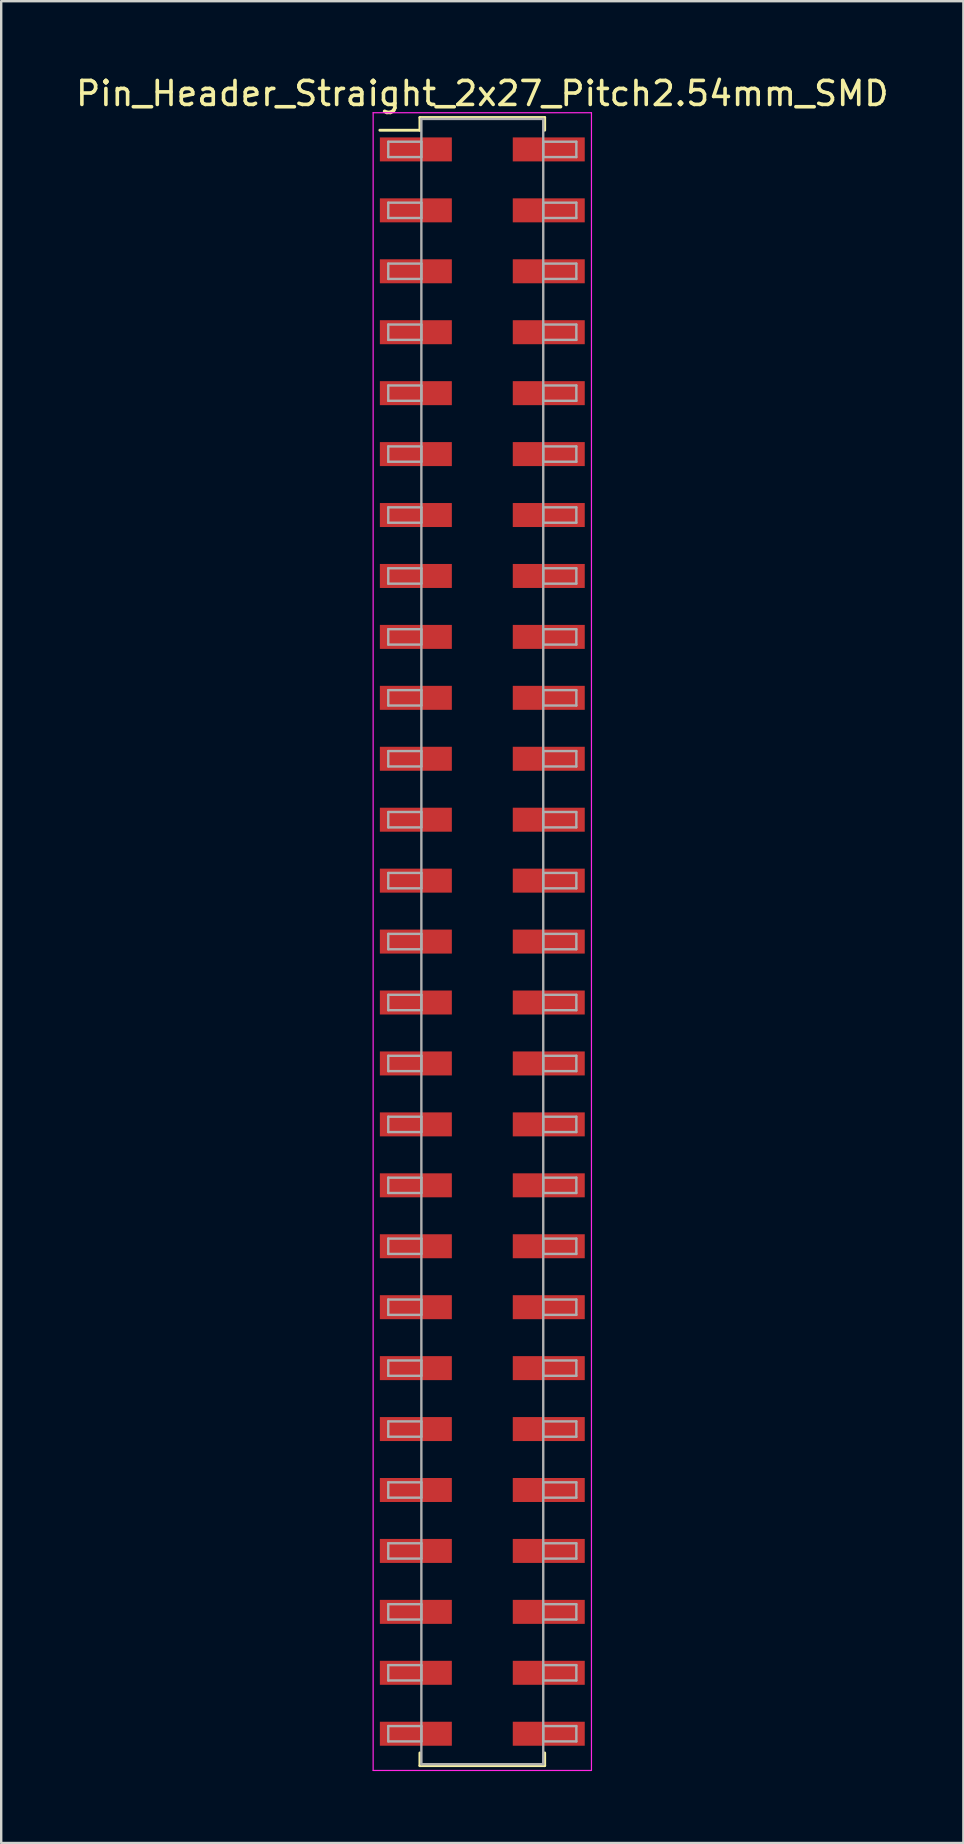
<source format=kicad_pcb>
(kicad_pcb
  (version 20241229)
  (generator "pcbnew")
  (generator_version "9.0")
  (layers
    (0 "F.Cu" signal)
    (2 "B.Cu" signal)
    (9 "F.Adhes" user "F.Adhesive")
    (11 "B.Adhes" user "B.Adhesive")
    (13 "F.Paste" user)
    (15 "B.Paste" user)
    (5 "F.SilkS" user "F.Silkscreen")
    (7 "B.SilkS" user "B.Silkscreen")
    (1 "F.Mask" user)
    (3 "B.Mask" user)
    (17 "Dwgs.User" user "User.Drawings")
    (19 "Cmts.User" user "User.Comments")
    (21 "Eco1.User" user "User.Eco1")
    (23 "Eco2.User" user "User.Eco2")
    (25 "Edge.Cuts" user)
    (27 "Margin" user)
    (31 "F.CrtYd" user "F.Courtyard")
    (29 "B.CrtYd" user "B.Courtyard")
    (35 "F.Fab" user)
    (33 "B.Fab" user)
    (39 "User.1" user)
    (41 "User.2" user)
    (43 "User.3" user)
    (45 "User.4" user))
  (footprint "Pin_Header_Straight_2x27_Pitch2.54mm_SMD"
    (layer "F.Cu")
    (at 17.054 36.198)
    (property "Reference" "Pin_Header_Straight_2x27_Pitch2.54mm_SMD" (at 0 -35.35 0) (layer "F.SilkS") (effects (font (size 1 1) (thickness 0.15))))
    (attr smd)
    (fp_line (start -4.27 -33.82) (end -2.6 -33.82) (stroke (width 0.12) (type solid)) (layer "F.SilkS"))
    (fp_line (start -2.6 -34.35) (end 2.6 -34.35) (stroke (width 0.12) (type solid)) (layer "F.SilkS"))
    (fp_line (start -2.6 -33.82) (end -2.6 -34.35) (stroke (width 0.12) (type solid)) (layer "F.SilkS"))
    (fp_line (start -2.6 33.82) (end -2.6 34.35) (stroke (width 0.12) (type solid)) (layer "F.SilkS"))
    (fp_line (start -2.6 34.35) (end 2.6 34.35) (stroke (width 0.12) (type solid)) (layer "F.SilkS"))
    (fp_line (start 2.6 -34.35) (end 2.6 -33.82) (stroke (width 0.12) (type solid)) (layer "F.SilkS"))
    (fp_line (start 2.6 34.35) (end 2.6 33.82) (stroke (width 0.12) (type solid)) (layer "F.SilkS"))
    (fp_line (start -4.55 -34.55) (end -4.55 34.55) (stroke (width 0.05) (type solid)) (layer "F.CrtYd"))
    (fp_line (start -4.55 34.55) (end 4.55 34.55) (stroke (width 0.05) (type solid)) (layer "F.CrtYd"))
    (fp_line (start 4.55 -34.55) (end -4.55 -34.55) (stroke (width 0.05) (type solid)) (layer "F.CrtYd"))
    (fp_line (start 4.55 34.55) (end 4.55 -34.55) (stroke (width 0.05) (type solid)) (layer "F.CrtYd"))
    (fp_line (start -3.92 -33.34) (end -2.54 -33.34) (stroke (width 0.1) (type solid)) (layer "F.Fab"))
    (fp_line (start -3.92 -32.7) (end -3.92 -33.34) (stroke (width 0.1) (type solid)) (layer "F.Fab"))
    (fp_line (start -3.92 -30.8) (end -2.54 -30.8) (stroke (width 0.1) (type solid)) (layer "F.Fab"))
    (fp_line (start -3.92 -30.16) (end -3.92 -30.8) (stroke (width 0.1) (type solid)) (layer "F.Fab"))
    (fp_line (start -3.92 -28.26) (end -2.54 -28.26) (stroke (width 0.1) (type solid)) (layer "F.Fab"))
    (fp_line (start -3.92 -27.62) (end -3.92 -28.26) (stroke (width 0.1) (type solid)) (layer "F.Fab"))
    (fp_line (start -3.92 -25.72) (end -2.54 -25.72) (stroke (width 0.1) (type solid)) (layer "F.Fab"))
    (fp_line (start -3.92 -25.08) (end -3.92 -25.72) (stroke (width 0.1) (type solid)) (layer "F.Fab"))
    (fp_line (start -3.92 -23.18) (end -2.54 -23.18) (stroke (width 0.1) (type solid)) (layer "F.Fab"))
    (fp_line (start -3.92 -22.54) (end -3.92 -23.18) (stroke (width 0.1) (type solid)) (layer "F.Fab"))
    (fp_line (start -3.92 -20.64) (end -2.54 -20.64) (stroke (width 0.1) (type solid)) (layer "F.Fab"))
    (fp_line (start -3.92 -20) (end -3.92 -20.64) (stroke (width 0.1) (type solid)) (layer "F.Fab"))
    (fp_line (start -3.92 -18.1) (end -2.54 -18.1) (stroke (width 0.1) (type solid)) (layer "F.Fab"))
    (fp_line (start -3.92 -17.46) (end -3.92 -18.1) (stroke (width 0.1) (type solid)) (layer "F.Fab"))
    (fp_line (start -3.92 -15.56) (end -2.54 -15.56) (stroke (width 0.1) (type solid)) (layer "F.Fab"))
    (fp_line (start -3.92 -14.92) (end -3.92 -15.56) (stroke (width 0.1) (type solid)) (layer "F.Fab"))
    (fp_line (start -3.92 -13.02) (end -2.54 -13.02) (stroke (width 0.1) (type solid)) (layer "F.Fab"))
    (fp_line (start -3.92 -12.38) (end -3.92 -13.02) (stroke (width 0.1) (type solid)) (layer "F.Fab"))
    (fp_line (start -3.92 -10.48) (end -2.54 -10.48) (stroke (width 0.1) (type solid)) (layer "F.Fab"))
    (fp_line (start -3.92 -9.84) (end -3.92 -10.48) (stroke (width 0.1) (type solid)) (layer "F.Fab"))
    (fp_line (start -3.92 -7.94) (end -2.54 -7.94) (stroke (width 0.1) (type solid)) (layer "F.Fab"))
    (fp_line (start -3.92 -7.3) (end -3.92 -7.94) (stroke (width 0.1) (type solid)) (layer "F.Fab"))
    (fp_line (start -3.92 -5.4) (end -2.54 -5.4) (stroke (width 0.1) (type solid)) (layer "F.Fab"))
    (fp_line (start -3.92 -4.76) (end -3.92 -5.4) (stroke (width 0.1) (type solid)) (layer "F.Fab"))
    (fp_line (start -3.92 -2.86) (end -2.54 -2.86) (stroke (width 0.1) (type solid)) (layer "F.Fab"))
    (fp_line (start -3.92 -2.22) (end -3.92 -2.86) (stroke (width 0.1) (type solid)) (layer "F.Fab"))
    (fp_line (start -3.92 -0.32) (end -2.54 -0.32) (stroke (width 0.1) (type solid)) (layer "F.Fab"))
    (fp_line (start -3.92 0.32) (end -3.92 -0.32) (stroke (width 0.1) (type solid)) (layer "F.Fab"))
    (fp_line (start -3.92 2.22) (end -2.54 2.22) (stroke (width 0.1) (type solid)) (layer "F.Fab"))
    (fp_line (start -3.92 2.86) (end -3.92 2.22) (stroke (width 0.1) (type solid)) (layer "F.Fab"))
    (fp_line (start -3.92 4.76) (end -2.54 4.76) (stroke (width 0.1) (type solid)) (layer "F.Fab"))
    (fp_line (start -3.92 5.4) (end -3.92 4.76) (stroke (width 0.1) (type solid)) (layer "F.Fab"))
    (fp_line (start -3.92 7.3) (end -2.54 7.3) (stroke (width 0.1) (type solid)) (layer "F.Fab"))
    (fp_line (start -3.92 7.94) (end -3.92 7.3) (stroke (width 0.1) (type solid)) (layer "F.Fab"))
    (fp_line (start -3.92 9.84) (end -2.54 9.84) (stroke (width 0.1) (type solid)) (layer "F.Fab"))
    (fp_line (start -3.92 10.48) (end -3.92 9.84) (stroke (width 0.1) (type solid)) (layer "F.Fab"))
    (fp_line (start -3.92 12.38) (end -2.54 12.38) (stroke (width 0.1) (type solid)) (layer "F.Fab"))
    (fp_line (start -3.92 13.02) (end -3.92 12.38) (stroke (width 0.1) (type solid)) (layer "F.Fab"))
    (fp_line (start -3.92 14.92) (end -2.54 14.92) (stroke (width 0.1) (type solid)) (layer "F.Fab"))
    (fp_line (start -3.92 15.56) (end -3.92 14.92) (stroke (width 0.1) (type solid)) (layer "F.Fab"))
    (fp_line (start -3.92 17.46) (end -2.54 17.46) (stroke (width 0.1) (type solid)) (layer "F.Fab"))
    (fp_line (start -3.92 18.1) (end -3.92 17.46) (stroke (width 0.1) (type solid)) (layer "F.Fab"))
    (fp_line (start -3.92 20) (end -2.54 20) (stroke (width 0.1) (type solid)) (layer "F.Fab"))
    (fp_line (start -3.92 20.64) (end -3.92 20) (stroke (width 0.1) (type solid)) (layer "F.Fab"))
    (fp_line (start -3.92 22.54) (end -2.54 22.54) (stroke (width 0.1) (type solid)) (layer "F.Fab"))
    (fp_line (start -3.92 23.18) (end -3.92 22.54) (stroke (width 0.1) (type solid)) (layer "F.Fab"))
    (fp_line (start -3.92 25.08) (end -2.54 25.08) (stroke (width 0.1) (type solid)) (layer "F.Fab"))
    (fp_line (start -3.92 25.72) (end -3.92 25.08) (stroke (width 0.1) (type solid)) (layer "F.Fab"))
    (fp_line (start -3.92 27.62) (end -2.54 27.62) (stroke (width 0.1) (type solid)) (layer "F.Fab"))
    (fp_line (start -3.92 28.26) (end -3.92 27.62) (stroke (width 0.1) (type solid)) (layer "F.Fab"))
    (fp_line (start -3.92 30.16) (end -2.54 30.16) (stroke (width 0.1) (type solid)) (layer "F.Fab"))
    (fp_line (start -3.92 30.8) (end -3.92 30.16) (stroke (width 0.1) (type solid)) (layer "F.Fab"))
    (fp_line (start -3.92 32.7) (end -2.54 32.7) (stroke (width 0.1) (type solid)) (layer "F.Fab"))
    (fp_line (start -3.92 33.34) (end -3.92 32.7) (stroke (width 0.1) (type solid)) (layer "F.Fab"))
    (fp_line (start -2.54 -34.29) (end -2.54 34.29) (stroke (width 0.1) (type solid)) (layer "F.Fab"))
    (fp_line (start -2.54 -33.34) (end -2.54 -32.7) (stroke (width 0.1) (type solid)) (layer "F.Fab"))
    (fp_line (start -2.54 -32.7) (end -3.92 -32.7) (stroke (width 0.1) (type solid)) (layer "F.Fab"))
    (fp_line (start -2.54 -30.8) (end -2.54 -30.16) (stroke (width 0.1) (type solid)) (layer "F.Fab"))
    (fp_line (start -2.54 -30.16) (end -3.92 -30.16) (stroke (width 0.1) (type solid)) (layer "F.Fab"))
    (fp_line (start -2.54 -28.26) (end -2.54 -27.62) (stroke (width 0.1) (type solid)) (layer "F.Fab"))
    (fp_line (start -2.54 -27.62) (end -3.92 -27.62) (stroke (width 0.1) (type solid)) (layer "F.Fab"))
    (fp_line (start -2.54 -25.72) (end -2.54 -25.08) (stroke (width 0.1) (type solid)) (layer "F.Fab"))
    (fp_line (start -2.54 -25.08) (end -3.92 -25.08) (stroke (width 0.1) (type solid)) (layer "F.Fab"))
    (fp_line (start -2.54 -23.18) (end -2.54 -22.54) (stroke (width 0.1) (type solid)) (layer "F.Fab"))
    (fp_line (start -2.54 -22.54) (end -3.92 -22.54) (stroke (width 0.1) (type solid)) (layer "F.Fab"))
    (fp_line (start -2.54 -20.64) (end -2.54 -20) (stroke (width 0.1) (type solid)) (layer "F.Fab"))
    (fp_line (start -2.54 -20) (end -3.92 -20) (stroke (width 0.1) (type solid)) (layer "F.Fab"))
    (fp_line (start -2.54 -18.1) (end -2.54 -17.46) (stroke (width 0.1) (type solid)) (layer "F.Fab"))
    (fp_line (start -2.54 -17.46) (end -3.92 -17.46) (stroke (width 0.1) (type solid)) (layer "F.Fab"))
    (fp_line (start -2.54 -15.56) (end -2.54 -14.92) (stroke (width 0.1) (type solid)) (layer "F.Fab"))
    (fp_line (start -2.54 -14.92) (end -3.92 -14.92) (stroke (width 0.1) (type solid)) (layer "F.Fab"))
    (fp_line (start -2.54 -13.02) (end -2.54 -12.38) (stroke (width 0.1) (type solid)) (layer "F.Fab"))
    (fp_line (start -2.54 -12.38) (end -3.92 -12.38) (stroke (width 0.1) (type solid)) (layer "F.Fab"))
    (fp_line (start -2.54 -10.48) (end -2.54 -9.84) (stroke (width 0.1) (type solid)) (layer "F.Fab"))
    (fp_line (start -2.54 -9.84) (end -3.92 -9.84) (stroke (width 0.1) (type solid)) (layer "F.Fab"))
    (fp_line (start -2.54 -7.94) (end -2.54 -7.3) (stroke (width 0.1) (type solid)) (layer "F.Fab"))
    (fp_line (start -2.54 -7.3) (end -3.92 -7.3) (stroke (width 0.1) (type solid)) (layer "F.Fab"))
    (fp_line (start -2.54 -5.4) (end -2.54 -4.76) (stroke (width 0.1) (type solid)) (layer "F.Fab"))
    (fp_line (start -2.54 -4.76) (end -3.92 -4.76) (stroke (width 0.1) (type solid)) (layer "F.Fab"))
    (fp_line (start -2.54 -2.86) (end -2.54 -2.22) (stroke (width 0.1) (type solid)) (layer "F.Fab"))
    (fp_line (start -2.54 -2.22) (end -3.92 -2.22) (stroke (width 0.1) (type solid)) (layer "F.Fab"))
    (fp_line (start -2.54 -0.32) (end -2.54 0.32) (stroke (width 0.1) (type solid)) (layer "F.Fab"))
    (fp_line (start -2.54 0.32) (end -3.92 0.32) (stroke (width 0.1) (type solid)) (layer "F.Fab"))
    (fp_line (start -2.54 2.22) (end -2.54 2.86) (stroke (width 0.1) (type solid)) (layer "F.Fab"))
    (fp_line (start -2.54 2.86) (end -3.92 2.86) (stroke (width 0.1) (type solid)) (layer "F.Fab"))
    (fp_line (start -2.54 4.76) (end -2.54 5.4) (stroke (width 0.1) (type solid)) (layer "F.Fab"))
    (fp_line (start -2.54 5.4) (end -3.92 5.4) (stroke (width 0.1) (type solid)) (layer "F.Fab"))
    (fp_line (start -2.54 7.3) (end -2.54 7.94) (stroke (width 0.1) (type solid)) (layer "F.Fab"))
    (fp_line (start -2.54 7.94) (end -3.92 7.94) (stroke (width 0.1) (type solid)) (layer "F.Fab"))
    (fp_line (start -2.54 9.84) (end -2.54 10.48) (stroke (width 0.1) (type solid)) (layer "F.Fab"))
    (fp_line (start -2.54 10.48) (end -3.92 10.48) (stroke (width 0.1) (type solid)) (layer "F.Fab"))
    (fp_line (start -2.54 12.38) (end -2.54 13.02) (stroke (width 0.1) (type solid)) (layer "F.Fab"))
    (fp_line (start -2.54 13.02) (end -3.92 13.02) (stroke (width 0.1) (type solid)) (layer "F.Fab"))
    (fp_line (start -2.54 14.92) (end -2.54 15.56) (stroke (width 0.1) (type solid)) (layer "F.Fab"))
    (fp_line (start -2.54 15.56) (end -3.92 15.56) (stroke (width 0.1) (type solid)) (layer "F.Fab"))
    (fp_line (start -2.54 17.46) (end -2.54 18.1) (stroke (width 0.1) (type solid)) (layer "F.Fab"))
    (fp_line (start -2.54 18.1) (end -3.92 18.1) (stroke (width 0.1) (type solid)) (layer "F.Fab"))
    (fp_line (start -2.54 20) (end -2.54 20.64) (stroke (width 0.1) (type solid)) (layer "F.Fab"))
    (fp_line (start -2.54 20.64) (end -3.92 20.64) (stroke (width 0.1) (type solid)) (layer "F.Fab"))
    (fp_line (start -2.54 22.54) (end -2.54 23.18) (stroke (width 0.1) (type solid)) (layer "F.Fab"))
    (fp_line (start -2.54 23.18) (end -3.92 23.18) (stroke (width 0.1) (type solid)) (layer "F.Fab"))
    (fp_line (start -2.54 25.08) (end -2.54 25.72) (stroke (width 0.1) (type solid)) (layer "F.Fab"))
    (fp_line (start -2.54 25.72) (end -3.92 25.72) (stroke (width 0.1) (type solid)) (layer "F.Fab"))
    (fp_line (start -2.54 27.62) (end -2.54 28.26) (stroke (width 0.1) (type solid)) (layer "F.Fab"))
    (fp_line (start -2.54 28.26) (end -3.92 28.26) (stroke (width 0.1) (type solid)) (layer "F.Fab"))
    (fp_line (start -2.54 30.16) (end -2.54 30.8) (stroke (width 0.1) (type solid)) (layer "F.Fab"))
    (fp_line (start -2.54 30.8) (end -3.92 30.8) (stroke (width 0.1) (type solid)) (layer "F.Fab"))
    (fp_line (start -2.54 32.7) (end -2.54 33.34) (stroke (width 0.1) (type solid)) (layer "F.Fab"))
    (fp_line (start -2.54 33.34) (end -3.92 33.34) (stroke (width 0.1) (type solid)) (layer "F.Fab"))
    (fp_line (start -2.54 34.29) (end 2.54 34.29) (stroke (width 0.1) (type solid)) (layer "F.Fab"))
    (fp_line (start 2.54 -34.29) (end -2.54 -34.29) (stroke (width 0.1) (type solid)) (layer "F.Fab"))
    (fp_line (start 2.54 -33.34) (end 2.54 -32.7) (stroke (width 0.1) (type solid)) (layer "F.Fab"))
    (fp_line (start 2.54 -32.7) (end 3.92 -32.7) (stroke (width 0.1) (type solid)) (layer "F.Fab"))
    (fp_line (start 2.54 -30.8) (end 2.54 -30.16) (stroke (width 0.1) (type solid)) (layer "F.Fab"))
    (fp_line (start 2.54 -30.16) (end 3.92 -30.16) (stroke (width 0.1) (type solid)) (layer "F.Fab"))
    (fp_line (start 2.54 -28.26) (end 2.54 -27.62) (stroke (width 0.1) (type solid)) (layer "F.Fab"))
    (fp_line (start 2.54 -27.62) (end 3.92 -27.62) (stroke (width 0.1) (type solid)) (layer "F.Fab"))
    (fp_line (start 2.54 -25.72) (end 2.54 -25.08) (stroke (width 0.1) (type solid)) (layer "F.Fab"))
    (fp_line (start 2.54 -25.08) (end 3.92 -25.08) (stroke (width 0.1) (type solid)) (layer "F.Fab"))
    (fp_line (start 2.54 -23.18) (end 2.54 -22.54) (stroke (width 0.1) (type solid)) (layer "F.Fab"))
    (fp_line (start 2.54 -22.54) (end 3.92 -22.54) (stroke (width 0.1) (type solid)) (layer "F.Fab"))
    (fp_line (start 2.54 -20.64) (end 2.54 -20) (stroke (width 0.1) (type solid)) (layer "F.Fab"))
    (fp_line (start 2.54 -20) (end 3.92 -20) (stroke (width 0.1) (type solid)) (layer "F.Fab"))
    (fp_line (start 2.54 -18.1) (end 2.54 -17.46) (stroke (width 0.1) (type solid)) (layer "F.Fab"))
    (fp_line (start 2.54 -17.46) (end 3.92 -17.46) (stroke (width 0.1) (type solid)) (layer "F.Fab"))
    (fp_line (start 2.54 -15.56) (end 2.54 -14.92) (stroke (width 0.1) (type solid)) (layer "F.Fab"))
    (fp_line (start 2.54 -14.92) (end 3.92 -14.92) (stroke (width 0.1) (type solid)) (layer "F.Fab"))
    (fp_line (start 2.54 -13.02) (end 2.54 -12.38) (stroke (width 0.1) (type solid)) (layer "F.Fab"))
    (fp_line (start 2.54 -12.38) (end 3.92 -12.38) (stroke (width 0.1) (type solid)) (layer "F.Fab"))
    (fp_line (start 2.54 -10.48) (end 2.54 -9.84) (stroke (width 0.1) (type solid)) (layer "F.Fab"))
    (fp_line (start 2.54 -9.84) (end 3.92 -9.84) (stroke (width 0.1) (type solid)) (layer "F.Fab"))
    (fp_line (start 2.54 -7.94) (end 2.54 -7.3) (stroke (width 0.1) (type solid)) (layer "F.Fab"))
    (fp_line (start 2.54 -7.3) (end 3.92 -7.3) (stroke (width 0.1) (type solid)) (layer "F.Fab"))
    (fp_line (start 2.54 -5.4) (end 2.54 -4.76) (stroke (width 0.1) (type solid)) (layer "F.Fab"))
    (fp_line (start 2.54 -4.76) (end 3.92 -4.76) (stroke (width 0.1) (type solid)) (layer "F.Fab"))
    (fp_line (start 2.54 -2.86) (end 2.54 -2.22) (stroke (width 0.1) (type solid)) (layer "F.Fab"))
    (fp_line (start 2.54 -2.22) (end 3.92 -2.22) (stroke (width 0.1) (type solid)) (layer "F.Fab"))
    (fp_line (start 2.54 -0.32) (end 2.54 0.32) (stroke (width 0.1) (type solid)) (layer "F.Fab"))
    (fp_line (start 2.54 0.32) (end 3.92 0.32) (stroke (width 0.1) (type solid)) (layer "F.Fab"))
    (fp_line (start 2.54 2.22) (end 2.54 2.86) (stroke (width 0.1) (type solid)) (layer "F.Fab"))
    (fp_line (start 2.54 2.86) (end 3.92 2.86) (stroke (width 0.1) (type solid)) (layer "F.Fab"))
    (fp_line (start 2.54 4.76) (end 2.54 5.4) (stroke (width 0.1) (type solid)) (layer "F.Fab"))
    (fp_line (start 2.54 5.4) (end 3.92 5.4) (stroke (width 0.1) (type solid)) (layer "F.Fab"))
    (fp_line (start 2.54 7.3) (end 2.54 7.94) (stroke (width 0.1) (type solid)) (layer "F.Fab"))
    (fp_line (start 2.54 7.94) (end 3.92 7.94) (stroke (width 0.1) (type solid)) (layer "F.Fab"))
    (fp_line (start 2.54 9.84) (end 2.54 10.48) (stroke (width 0.1) (type solid)) (layer "F.Fab"))
    (fp_line (start 2.54 10.48) (end 3.92 10.48) (stroke (width 0.1) (type solid)) (layer "F.Fab"))
    (fp_line (start 2.54 12.38) (end 2.54 13.02) (stroke (width 0.1) (type solid)) (layer "F.Fab"))
    (fp_line (start 2.54 13.02) (end 3.92 13.02) (stroke (width 0.1) (type solid)) (layer "F.Fab"))
    (fp_line (start 2.54 14.92) (end 2.54 15.56) (stroke (width 0.1) (type solid)) (layer "F.Fab"))
    (fp_line (start 2.54 15.56) (end 3.92 15.56) (stroke (width 0.1) (type solid)) (layer "F.Fab"))
    (fp_line (start 2.54 17.46) (end 2.54 18.1) (stroke (width 0.1) (type solid)) (layer "F.Fab"))
    (fp_line (start 2.54 18.1) (end 3.92 18.1) (stroke (width 0.1) (type solid)) (layer "F.Fab"))
    (fp_line (start 2.54 20) (end 2.54 20.64) (stroke (width 0.1) (type solid)) (layer "F.Fab"))
    (fp_line (start 2.54 20.64) (end 3.92 20.64) (stroke (width 0.1) (type solid)) (layer "F.Fab"))
    (fp_line (start 2.54 22.54) (end 2.54 23.18) (stroke (width 0.1) (type solid)) (layer "F.Fab"))
    (fp_line (start 2.54 23.18) (end 3.92 23.18) (stroke (width 0.1) (type solid)) (layer "F.Fab"))
    (fp_line (start 2.54 25.08) (end 2.54 25.72) (stroke (width 0.1) (type solid)) (layer "F.Fab"))
    (fp_line (start 2.54 25.72) (end 3.92 25.72) (stroke (width 0.1) (type solid)) (layer "F.Fab"))
    (fp_line (start 2.54 27.62) (end 2.54 28.26) (stroke (width 0.1) (type solid)) (layer "F.Fab"))
    (fp_line (start 2.54 28.26) (end 3.92 28.26) (stroke (width 0.1) (type solid)) (layer "F.Fab"))
    (fp_line (start 2.54 30.16) (end 2.54 30.8) (stroke (width 0.1) (type solid)) (layer "F.Fab"))
    (fp_line (start 2.54 30.8) (end 3.92 30.8) (stroke (width 0.1) (type solid)) (layer "F.Fab"))
    (fp_line (start 2.54 32.7) (end 2.54 33.34) (stroke (width 0.1) (type solid)) (layer "F.Fab"))
    (fp_line (start 2.54 33.34) (end 3.92 33.34) (stroke (width 0.1) (type solid)) (layer "F.Fab"))
    (fp_line (start 2.54 34.29) (end 2.54 -34.29) (stroke (width 0.1) (type solid)) (layer "F.Fab"))
    (fp_line (start 3.92 -33.34) (end 2.54 -33.34) (stroke (width 0.1) (type solid)) (layer "F.Fab"))
    (fp_line (start 3.92 -32.7) (end 3.92 -33.34) (stroke (width 0.1) (type solid)) (layer "F.Fab"))
    (fp_line (start 3.92 -30.8) (end 2.54 -30.8) (stroke (width 0.1) (type solid)) (layer "F.Fab"))
    (fp_line (start 3.92 -30.16) (end 3.92 -30.8) (stroke (width 0.1) (type solid)) (layer "F.Fab"))
    (fp_line (start 3.92 -28.26) (end 2.54 -28.26) (stroke (width 0.1) (type solid)) (layer "F.Fab"))
    (fp_line (start 3.92 -27.62) (end 3.92 -28.26) (stroke (width 0.1) (type solid)) (layer "F.Fab"))
    (fp_line (start 3.92 -25.72) (end 2.54 -25.72) (stroke (width 0.1) (type solid)) (layer "F.Fab"))
    (fp_line (start 3.92 -25.08) (end 3.92 -25.72) (stroke (width 0.1) (type solid)) (layer "F.Fab"))
    (fp_line (start 3.92 -23.18) (end 2.54 -23.18) (stroke (width 0.1) (type solid)) (layer "F.Fab"))
    (fp_line (start 3.92 -22.54) (end 3.92 -23.18) (stroke (width 0.1) (type solid)) (layer "F.Fab"))
    (fp_line (start 3.92 -20.64) (end 2.54 -20.64) (stroke (width 0.1) (type solid)) (layer "F.Fab"))
    (fp_line (start 3.92 -20) (end 3.92 -20.64) (stroke (width 0.1) (type solid)) (layer "F.Fab"))
    (fp_line (start 3.92 -18.1) (end 2.54 -18.1) (stroke (width 0.1) (type solid)) (layer "F.Fab"))
    (fp_line (start 3.92 -17.46) (end 3.92 -18.1) (stroke (width 0.1) (type solid)) (layer "F.Fab"))
    (fp_line (start 3.92 -15.56) (end 2.54 -15.56) (stroke (width 0.1) (type solid)) (layer "F.Fab"))
    (fp_line (start 3.92 -14.92) (end 3.92 -15.56) (stroke (width 0.1) (type solid)) (layer "F.Fab"))
    (fp_line (start 3.92 -13.02) (end 2.54 -13.02) (stroke (width 0.1) (type solid)) (layer "F.Fab"))
    (fp_line (start 3.92 -12.38) (end 3.92 -13.02) (stroke (width 0.1) (type solid)) (layer "F.Fab"))
    (fp_line (start 3.92 -10.48) (end 2.54 -10.48) (stroke (width 0.1) (type solid)) (layer "F.Fab"))
    (fp_line (start 3.92 -9.84) (end 3.92 -10.48) (stroke (width 0.1) (type solid)) (layer "F.Fab"))
    (fp_line (start 3.92 -7.94) (end 2.54 -7.94) (stroke (width 0.1) (type solid)) (layer "F.Fab"))
    (fp_line (start 3.92 -7.3) (end 3.92 -7.94) (stroke (width 0.1) (type solid)) (layer "F.Fab"))
    (fp_line (start 3.92 -5.4) (end 2.54 -5.4) (stroke (width 0.1) (type solid)) (layer "F.Fab"))
    (fp_line (start 3.92 -4.76) (end 3.92 -5.4) (stroke (width 0.1) (type solid)) (layer "F.Fab"))
    (fp_line (start 3.92 -2.86) (end 2.54 -2.86) (stroke (width 0.1) (type solid)) (layer "F.Fab"))
    (fp_line (start 3.92 -2.22) (end 3.92 -2.86) (stroke (width 0.1) (type solid)) (layer "F.Fab"))
    (fp_line (start 3.92 -0.32) (end 2.54 -0.32) (stroke (width 0.1) (type solid)) (layer "F.Fab"))
    (fp_line (start 3.92 0.32) (end 3.92 -0.32) (stroke (width 0.1) (type solid)) (layer "F.Fab"))
    (fp_line (start 3.92 2.22) (end 2.54 2.22) (stroke (width 0.1) (type solid)) (layer "F.Fab"))
    (fp_line (start 3.92 2.86) (end 3.92 2.22) (stroke (width 0.1) (type solid)) (layer "F.Fab"))
    (fp_line (start 3.92 4.76) (end 2.54 4.76) (stroke (width 0.1) (type solid)) (layer "F.Fab"))
    (fp_line (start 3.92 5.4) (end 3.92 4.76) (stroke (width 0.1) (type solid)) (layer "F.Fab"))
    (fp_line (start 3.92 7.3) (end 2.54 7.3) (stroke (width 0.1) (type solid)) (layer "F.Fab"))
    (fp_line (start 3.92 7.94) (end 3.92 7.3) (stroke (width 0.1) (type solid)) (layer "F.Fab"))
    (fp_line (start 3.92 9.84) (end 2.54 9.84) (stroke (width 0.1) (type solid)) (layer "F.Fab"))
    (fp_line (start 3.92 10.48) (end 3.92 9.84) (stroke (width 0.1) (type solid)) (layer "F.Fab"))
    (fp_line (start 3.92 12.38) (end 2.54 12.38) (stroke (width 0.1) (type solid)) (layer "F.Fab"))
    (fp_line (start 3.92 13.02) (end 3.92 12.38) (stroke (width 0.1) (type solid)) (layer "F.Fab"))
    (fp_line (start 3.92 14.92) (end 2.54 14.92) (stroke (width 0.1) (type solid)) (layer "F.Fab"))
    (fp_line (start 3.92 15.56) (end 3.92 14.92) (stroke (width 0.1) (type solid)) (layer "F.Fab"))
    (fp_line (start 3.92 17.46) (end 2.54 17.46) (stroke (width 0.1) (type solid)) (layer "F.Fab"))
    (fp_line (start 3.92 18.1) (end 3.92 17.46) (stroke (width 0.1) (type solid)) (layer "F.Fab"))
    (fp_line (start 3.92 20) (end 2.54 20) (stroke (width 0.1) (type solid)) (layer "F.Fab"))
    (fp_line (start 3.92 20.64) (end 3.92 20) (stroke (width 0.1) (type solid)) (layer "F.Fab"))
    (fp_line (start 3.92 22.54) (end 2.54 22.54) (stroke (width 0.1) (type solid)) (layer "F.Fab"))
    (fp_line (start 3.92 23.18) (end 3.92 22.54) (stroke (width 0.1) (type solid)) (layer "F.Fab"))
    (fp_line (start 3.92 25.08) (end 2.54 25.08) (stroke (width 0.1) (type solid)) (layer "F.Fab"))
    (fp_line (start 3.92 25.72) (end 3.92 25.08) (stroke (width 0.1) (type solid)) (layer "F.Fab"))
    (fp_line (start 3.92 27.62) (end 2.54 27.62) (stroke (width 0.1) (type solid)) (layer "F.Fab"))
    (fp_line (start 3.92 28.26) (end 3.92 27.62) (stroke (width 0.1) (type solid)) (layer "F.Fab"))
    (fp_line (start 3.92 30.16) (end 2.54 30.16) (stroke (width 0.1) (type solid)) (layer "F.Fab"))
    (fp_line (start 3.92 30.8) (end 3.92 30.16) (stroke (width 0.1) (type solid)) (layer "F.Fab"))
    (fp_line (start 3.92 32.7) (end 2.54 32.7) (stroke (width 0.1) (type solid)) (layer "F.Fab"))
    (fp_line (start 3.92 33.34) (end 3.92 32.7) (stroke (width 0.1) (type solid)) (layer "F.Fab"))
    (pad "1" smd rect (at -2.77 -33.02) (size 3 1) (layers "F.Cu" "F.Mask"))
    (pad "2" smd rect (at 2.77 -33.02) (size 3 1) (layers "F.Cu" "F.Mask"))
    (pad "3" smd rect (at -2.77 -30.48) (size 3 1) (layers "F.Cu" "F.Mask"))
    (pad "4" smd rect (at 2.77 -30.48) (size 3 1) (layers "F.Cu" "F.Mask"))
    (pad "5" smd rect (at -2.77 -27.94) (size 3 1) (layers "F.Cu" "F.Mask"))
    (pad "6" smd rect (at 2.77 -27.94) (size 3 1) (layers "F.Cu" "F.Mask"))
    (pad "7" smd rect (at -2.77 -25.4) (size 3 1) (layers "F.Cu" "F.Mask"))
    (pad "8" smd rect (at 2.77 -25.4) (size 3 1) (layers "F.Cu" "F.Mask"))
    (pad "9" smd rect (at -2.77 -22.86) (size 3 1) (layers "F.Cu" "F.Mask"))
    (pad "10" smd rect (at 2.77 -22.86) (size 3 1) (layers "F.Cu" "F.Mask"))
    (pad "11" smd rect (at -2.77 -20.32) (size 3 1) (layers "F.Cu" "F.Mask"))
    (pad "12" smd rect (at 2.77 -20.32) (size 3 1) (layers "F.Cu" "F.Mask"))
    (pad "13" smd rect (at -2.77 -17.78) (size 3 1) (layers "F.Cu" "F.Mask"))
    (pad "14" smd rect (at 2.77 -17.78) (size 3 1) (layers "F.Cu" "F.Mask"))
    (pad "15" smd rect (at -2.77 -15.24) (size 3 1) (layers "F.Cu" "F.Mask"))
    (pad "16" smd rect (at 2.77 -15.24) (size 3 1) (layers "F.Cu" "F.Mask"))
    (pad "17" smd rect (at -2.77 -12.7) (size 3 1) (layers "F.Cu" "F.Mask"))
    (pad "18" smd rect (at 2.77 -12.7) (size 3 1) (layers "F.Cu" "F.Mask"))
    (pad "19" smd rect (at -2.77 -10.16) (size 3 1) (layers "F.Cu" "F.Mask"))
    (pad "20" smd rect (at 2.77 -10.16) (size 3 1) (layers "F.Cu" "F.Mask"))
    (pad "21" smd rect (at -2.77 -7.62) (size 3 1) (layers "F.Cu" "F.Mask"))
    (pad "22" smd rect (at 2.77 -7.62) (size 3 1) (layers "F.Cu" "F.Mask"))
    (pad "23" smd rect (at -2.77 -5.08) (size 3 1) (layers "F.Cu" "F.Mask"))
    (pad "24" smd rect (at 2.77 -5.08) (size 3 1) (layers "F.Cu" "F.Mask"))
    (pad "25" smd rect (at -2.77 -2.54) (size 3 1) (layers "F.Cu" "F.Mask"))
    (pad "26" smd rect (at 2.77 -2.54) (size 3 1) (layers "F.Cu" "F.Mask"))
    (pad "27" smd rect (at -2.77 0) (size 3 1) (layers "F.Cu" "F.Mask"))
    (pad "28" smd rect (at 2.77 0) (size 3 1) (layers "F.Cu" "F.Mask"))
    (pad "29" smd rect (at -2.77 2.54) (size 3 1) (layers "F.Cu" "F.Mask"))
    (pad "30" smd rect (at 2.77 2.54) (size 3 1) (layers "F.Cu" "F.Mask"))
    (pad "31" smd rect (at -2.77 5.08) (size 3 1) (layers "F.Cu" "F.Mask"))
    (pad "32" smd rect (at 2.77 5.08) (size 3 1) (layers "F.Cu" "F.Mask"))
    (pad "33" smd rect (at -2.77 7.62) (size 3 1) (layers "F.Cu" "F.Mask"))
    (pad "34" smd rect (at 2.77 7.62) (size 3 1) (layers "F.Cu" "F.Mask"))
    (pad "35" smd rect (at -2.77 10.16) (size 3 1) (layers "F.Cu" "F.Mask"))
    (pad "36" smd rect (at 2.77 10.16) (size 3 1) (layers "F.Cu" "F.Mask"))
    (pad "37" smd rect (at -2.77 12.7) (size 3 1) (layers "F.Cu" "F.Mask"))
    (pad "38" smd rect (at 2.77 12.7) (size 3 1) (layers "F.Cu" "F.Mask"))
    (pad "39" smd rect (at -2.77 15.24) (size 3 1) (layers "F.Cu" "F.Mask"))
    (pad "40" smd rect (at 2.77 15.24) (size 3 1) (layers "F.Cu" "F.Mask"))
    (pad "41" smd rect (at -2.77 17.78) (size 3 1) (layers "F.Cu" "F.Mask"))
    (pad "42" smd rect (at 2.77 17.78) (size 3 1) (layers "F.Cu" "F.Mask"))
    (pad "43" smd rect (at -2.77 20.32) (size 3 1) (layers "F.Cu" "F.Mask"))
    (pad "44" smd rect (at 2.77 20.32) (size 3 1) (layers "F.Cu" "F.Mask"))
    (pad "45" smd rect (at -2.77 22.86) (size 3 1) (layers "F.Cu" "F.Mask"))
    (pad "46" smd rect (at 2.77 22.86) (size 3 1) (layers "F.Cu" "F.Mask"))
    (pad "47" smd rect (at -2.77 25.4) (size 3 1) (layers "F.Cu" "F.Mask"))
    (pad "48" smd rect (at 2.77 25.4) (size 3 1) (layers "F.Cu" "F.Mask"))
    (pad "49" smd rect (at -2.77 27.94) (size 3 1) (layers "F.Cu" "F.Mask"))
    (pad "50" smd rect (at 2.77 27.94) (size 3 1) (layers "F.Cu" "F.Mask"))
    (pad "51" smd rect (at -2.77 30.48) (size 3 1) (layers "F.Cu" "F.Mask"))
    (pad "52" smd rect (at 2.77 30.48) (size 3 1) (layers "F.Cu" "F.Mask"))
    (pad "53" smd rect (at -2.77 33.02) (size 3 1) (layers "F.Cu" "F.Mask"))
    (pad "54" smd rect (at 2.77 33.02) (size 3 1) (layers "F.Cu" "F.Mask")))
  (gr_rect
    (start -3 -3)
    (end 37.107 73.773)
    (stroke (width 0.1) (type default))
    (fill no)
    (layer "Edge.Cuts")))
</source>
